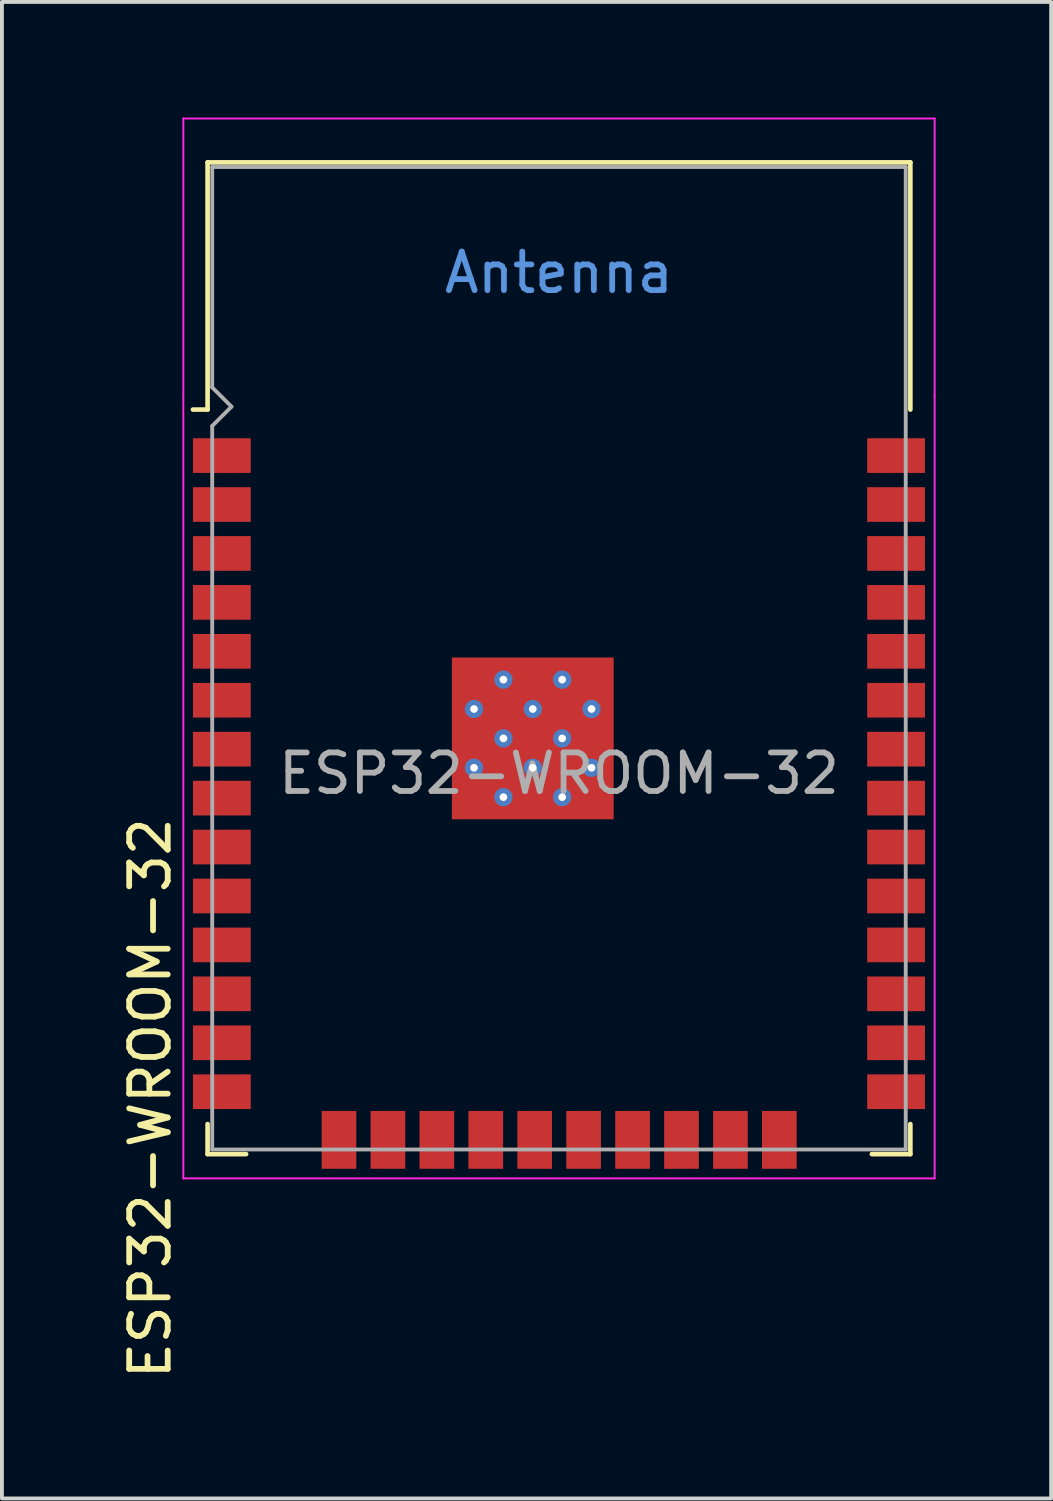
<source format=kicad_pcb>
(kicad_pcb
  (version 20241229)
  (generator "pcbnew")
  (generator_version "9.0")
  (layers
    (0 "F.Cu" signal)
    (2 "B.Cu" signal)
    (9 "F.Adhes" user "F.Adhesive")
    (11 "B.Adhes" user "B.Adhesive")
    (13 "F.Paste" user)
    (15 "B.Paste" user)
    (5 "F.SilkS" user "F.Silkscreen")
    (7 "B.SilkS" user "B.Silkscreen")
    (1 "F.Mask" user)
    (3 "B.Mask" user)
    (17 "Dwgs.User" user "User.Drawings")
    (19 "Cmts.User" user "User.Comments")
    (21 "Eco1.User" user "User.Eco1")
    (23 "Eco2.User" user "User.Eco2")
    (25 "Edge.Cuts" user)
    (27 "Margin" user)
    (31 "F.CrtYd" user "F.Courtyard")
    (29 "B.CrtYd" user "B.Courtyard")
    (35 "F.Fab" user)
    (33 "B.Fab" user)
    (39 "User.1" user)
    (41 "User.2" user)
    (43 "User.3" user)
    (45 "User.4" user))
  (footprint "ESP32-WROOM-32"
    (layer "F.Cu")
    (at 11.458 17.025)
    (property "Reference" "ESP32-WROOM-32" (at -10.61 8.43 90) (layer "F.SilkS") (effects (font (size 1 1) (thickness 0.15))))
    (attr smd)
    (fp_line (start -9.12 -15.86) (end -9.12 -9.445) (stroke (width 0.12) (type solid)) (layer "F.SilkS"))
    (fp_line (start -9.12 -15.86) (end 9.12 -15.86) (stroke (width 0.12) (type solid)) (layer "F.SilkS"))
    (fp_line (start -9.12 -9.445) (end -9.5 -9.445) (stroke (width 0.12) (type solid)) (layer "F.SilkS"))
    (fp_line (start -9.12 9.1) (end -9.12 9.88) (stroke (width 0.12) (type solid)) (layer "F.SilkS"))
    (fp_line (start -9.12 9.88) (end -8.12 9.88) (stroke (width 0.12) (type solid)) (layer "F.SilkS"))
    (fp_line (start 9.12 -15.86) (end 9.12 -9.445) (stroke (width 0.12) (type solid)) (layer "F.SilkS"))
    (fp_line (start 9.12 9.1) (end 9.12 9.88) (stroke (width 0.12) (type solid)) (layer "F.SilkS"))
    (fp_line (start 9.12 9.88) (end 8.12 9.88) (stroke (width 0.12) (type solid)) (layer "F.SilkS"))
    (fp_line (start -9.75 -17) (end -9.75 -9.8) (stroke (width 0.05) (type solid)) (layer "F.CrtYd"))
    (fp_line (start -9.75 10.51) (end -9.75 -9.8) (stroke (width 0.05) (type solid)) (layer "F.CrtYd"))
    (fp_line (start -9.75 10.51) (end 9.75 10.51) (stroke (width 0.05) (type solid)) (layer "F.CrtYd"))
    (fp_line (start 9.75 -17) (end -9.75 -17) (stroke (width 0.05) (type solid)) (layer "F.CrtYd"))
    (fp_line (start 9.75 -9.8) (end 9.75 -17) (stroke (width 0.05) (type solid)) (layer "F.CrtYd"))
    (fp_line (start 9.75 -9.8) (end 9.75 10.51) (stroke (width 0.05) (type solid)) (layer "F.CrtYd"))
    (fp_line (start -9 -15.74) (end -9 -10.02) (stroke (width 0.1) (type solid)) (layer "F.Fab"))
    (fp_line (start -9 -15.74) (end 9 -15.74) (stroke (width 0.1) (type solid)) (layer "F.Fab"))
    (fp_line (start -9 -9.02) (end -9 9.76) (stroke (width 0.1) (type solid)) (layer "F.Fab"))
    (fp_line (start -9 -9.02) (end -8.5 -9.52) (stroke (width 0.1) (type solid)) (layer "F.Fab"))
    (fp_line (start -9 9.76) (end 9 9.76) (stroke (width 0.1) (type solid)) (layer "F.Fab"))
    (fp_line (start -8.5 -9.52) (end -9 -10.02) (stroke (width 0.1) (type solid)) (layer "F.Fab"))
    (fp_line (start 9 9.76) (end 9 -15.74) (stroke (width 0.1) (type solid)) (layer "F.Fab"))
    (fp_text user "Antenna" (at 0 -13 0) (layer "Cmts.User") (effects (font (size 1 1) (thickness 0.15))))
    (fp_text user "${REFERENCE}" (at 0 0 0) (layer "F.Fab") (effects (font (size 1 1) (thickness 0.15))))
    (pad "1" smd rect (at -8.75 -8.25) (size 1.5 0.9) (layers "F.Cu" "F.Mask" "F.Paste"))
    (pad "2" smd rect (at -8.75 -6.98) (size 1.5 0.9) (layers "F.Cu" "F.Mask" "F.Paste"))
    (pad "3" smd rect (at -8.75 -5.71) (size 1.5 0.9) (layers "F.Cu" "F.Mask" "F.Paste"))
    (pad "4" smd rect (at -8.75 -4.44) (size 1.5 0.9) (layers "F.Cu" "F.Mask" "F.Paste"))
    (pad "5" smd rect (at -8.75 -3.17) (size 1.5 0.9) (layers "F.Cu" "F.Mask" "F.Paste"))
    (pad "6" smd rect (at -8.75 -1.9) (size 1.5 0.9) (layers "F.Cu" "F.Mask" "F.Paste"))
    (pad "7" smd rect (at -8.75 -0.63) (size 1.5 0.9) (layers "F.Cu" "F.Mask" "F.Paste"))
    (pad "8" smd rect (at -8.75 0.64) (size 1.5 0.9) (layers "F.Cu" "F.Mask" "F.Paste"))
    (pad "9" smd rect (at -8.75 1.91) (size 1.5 0.9) (layers "F.Cu" "F.Mask" "F.Paste"))
    (pad "10" smd rect (at -8.75 3.18) (size 1.5 0.9) (layers "F.Cu" "F.Mask" "F.Paste"))
    (pad "11" smd rect (at -8.75 4.45) (size 1.5 0.9) (layers "F.Cu" "F.Mask" "F.Paste"))
    (pad "12" smd rect (at -8.75 5.72) (size 1.5 0.9) (layers "F.Cu" "F.Mask" "F.Paste"))
    (pad "13" smd rect (at -8.75 6.99) (size 1.5 0.9) (layers "F.Cu" "F.Mask" "F.Paste"))
    (pad "14" smd rect (at -8.75 8.26) (size 1.5 0.9) (layers "F.Cu" "F.Mask" "F.Paste"))
    (pad "15" smd rect (at -5.71 9.51 90) (size 1.5 0.9) (layers "F.Cu" "F.Mask" "F.Paste"))
    (pad "16" smd rect (at -4.44 9.51 90) (size 1.5 0.9) (layers "F.Cu" "F.Mask" "F.Paste"))
    (pad "17" smd rect (at -3.17 9.51 90) (size 1.5 0.9) (layers "F.Cu" "F.Mask" "F.Paste"))
    (pad "18" smd rect (at -1.9 9.51 90) (size 1.5 0.9) (layers "F.Cu" "F.Mask" "F.Paste"))
    (pad "19" smd rect (at -0.63 9.51 90) (size 1.5 0.9) (layers "F.Cu" "F.Mask" "F.Paste"))
    (pad "20" smd rect (at 0.64 9.51 90) (size 1.5 0.9) (layers "F.Cu" "F.Mask" "F.Paste"))
    (pad "21" smd rect (at 1.91 9.51 90) (size 1.5 0.9) (layers "F.Cu" "F.Mask" "F.Paste"))
    (pad "22" smd rect (at 3.18 9.51 90) (size 1.5 0.9) (layers "F.Cu" "F.Mask" "F.Paste"))
    (pad "23" smd rect (at 4.45 9.51 90) (size 1.5 0.9) (layers "F.Cu" "F.Mask" "F.Paste"))
    (pad "24" smd rect (at 5.72 9.51 90) (size 1.5 0.9) (layers "F.Cu" "F.Mask" "F.Paste"))
    (pad "25" smd rect (at 8.75 8.26) (size 1.5 0.9) (layers "F.Cu" "F.Mask" "F.Paste"))
    (pad "26" smd rect (at 8.75 6.99) (size 1.5 0.9) (layers "F.Cu" "F.Mask" "F.Paste"))
    (pad "27" smd rect (at 8.75 5.72) (size 1.5 0.9) (layers "F.Cu" "F.Mask" "F.Paste"))
    (pad "28" smd rect (at 8.75 4.45) (size 1.5 0.9) (layers "F.Cu" "F.Mask" "F.Paste"))
    (pad "29" smd rect (at 8.75 3.18) (size 1.5 0.9) (layers "F.Cu" "F.Mask" "F.Paste"))
    (pad "30" smd rect (at 8.75 1.91) (size 1.5 0.9) (layers "F.Cu" "F.Mask" "F.Paste"))
    (pad "31" smd rect (at 8.75 0.64) (size 1.5 0.9) (layers "F.Cu" "F.Mask" "F.Paste"))
    (pad "32" smd rect (at 8.75 -0.63) (size 1.5 0.9) (layers "F.Cu" "F.Mask" "F.Paste"))
    (pad "33" smd rect (at 8.75 -1.9) (size 1.5 0.9) (layers "F.Cu" "F.Mask" "F.Paste"))
    (pad "34" smd rect (at 8.75 -3.17) (size 1.5 0.9) (layers "F.Cu" "F.Mask" "F.Paste"))
    (pad "35" smd rect (at 8.75 -4.44) (size 1.5 0.9) (layers "F.Cu" "F.Mask" "F.Paste"))
    (pad "36" smd rect (at 8.75 -5.71) (size 1.5 0.9) (layers "F.Cu" "F.Mask" "F.Paste"))
    (pad "37" smd rect (at 8.75 -6.98) (size 1.5 0.9) (layers "F.Cu" "F.Mask" "F.Paste"))
    (pad "38" smd rect (at 8.75 -8.25) (size 1.5 0.9) (layers "F.Cu" "F.Mask" "F.Paste"))
    (pad "39" smd rect (at -2.205 -2.435) (size 1.05 1.05) (layers "F.Cu" "F.Paste"))
    (pad "39" thru_hole circle (at -2.205 -1.673) (size 0.475 0.475) (drill 0.2) (property pad_prop_heatsink) (layers "*.Cu" "F.Mask"))
    (pad "39" smd rect (at -2.205 -0.91) (size 1.05 1.05) (layers "F.Cu" "F.Paste"))
    (pad "39" thru_hole circle (at -2.205 -0.147) (size 0.475 0.475) (drill 0.2) (property pad_prop_heatsink) (layers "*.Cu" "F.Mask"))
    (pad "39" smd rect (at -2.205 0.615) (size 1.05 1.05) (layers "F.Cu" "F.Paste"))
    (pad "39" thru_hole circle (at -1.442 -2.435) (size 0.475 0.475) (drill 0.2) (property pad_prop_heatsink) (layers "*.Cu" "F.Mask"))
    (pad "39" thru_hole circle (at -1.442 -0.91) (size 0.475 0.475) (drill 0.2) (property pad_prop_heatsink) (layers "*.Cu" "F.Mask"))
    (pad "39" thru_hole circle (at -1.442 0.615) (size 0.475 0.475) (drill 0.2) (property pad_prop_heatsink) (layers "*.Cu" "F.Mask"))
    (pad "39" smd rect (at -0.68 -2.435) (size 1.05 1.05) (layers "F.Cu" "F.Paste"))
    (pad "39" thru_hole circle (at -0.68 -1.673) (size 0.475 0.475) (drill 0.2) (property pad_prop_heatsink) (layers "*.Cu" "F.Mask"))
    (pad "39" smd rect (at -0.68 -0.91) (size 1.05 1.05) (layers "F.Cu" "F.Paste"))
    (pad "39" smd rect (at -0.68 -0.91) (size 4.2 4.2) (layers "F.Cu" "F.Mask"))
    (pad "39" thru_hole circle (at -0.68 -0.147) (size 0.475 0.475) (drill 0.2) (property pad_prop_heatsink) (layers "*.Cu" "F.Mask"))
    (pad "39" smd rect (at -0.68 0.615) (size 1.05 1.05) (layers "F.Cu" "F.Paste"))
    (pad "39" thru_hole circle (at 0.083 -2.435) (size 0.475 0.475) (drill 0.2) (property pad_prop_heatsink) (layers "*.Cu" "F.Mask"))
    (pad "39" thru_hole circle (at 0.083 -0.91) (size 0.475 0.475) (drill 0.2) (property pad_prop_heatsink) (layers "*.Cu" "F.Mask"))
    (pad "39" thru_hole circle (at 0.083 0.615) (size 0.475 0.475) (drill 0.2) (property pad_prop_heatsink) (layers "*.Cu" "F.Mask"))
    (pad "39" smd rect (at 0.845 -2.435) (size 1.05 1.05) (layers "F.Cu" "F.Paste"))
    (pad "39" thru_hole circle (at 0.845 -1.673) (size 0.475 0.475) (drill 0.2) (property pad_prop_heatsink) (layers "*.Cu" "F.Mask"))
    (pad "39" smd rect (at 0.845 -0.91) (size 1.05 1.05) (layers "F.Cu" "F.Paste"))
    (pad "39" thru_hole circle (at 0.845 -0.147) (size 0.475 0.475) (drill 0.2) (property pad_prop_heatsink) (layers "*.Cu" "F.Mask"))
    (pad "39" smd rect (at 0.845 0.615) (size 1.05 1.05) (layers "F.Cu" "F.Paste")))
  (gr_rect
    (start -3 -3)
    (end 24.233 35.842)
    (stroke (width 0.1) (type default))
    (fill no)
    (layer "Edge.Cuts")))
</source>
